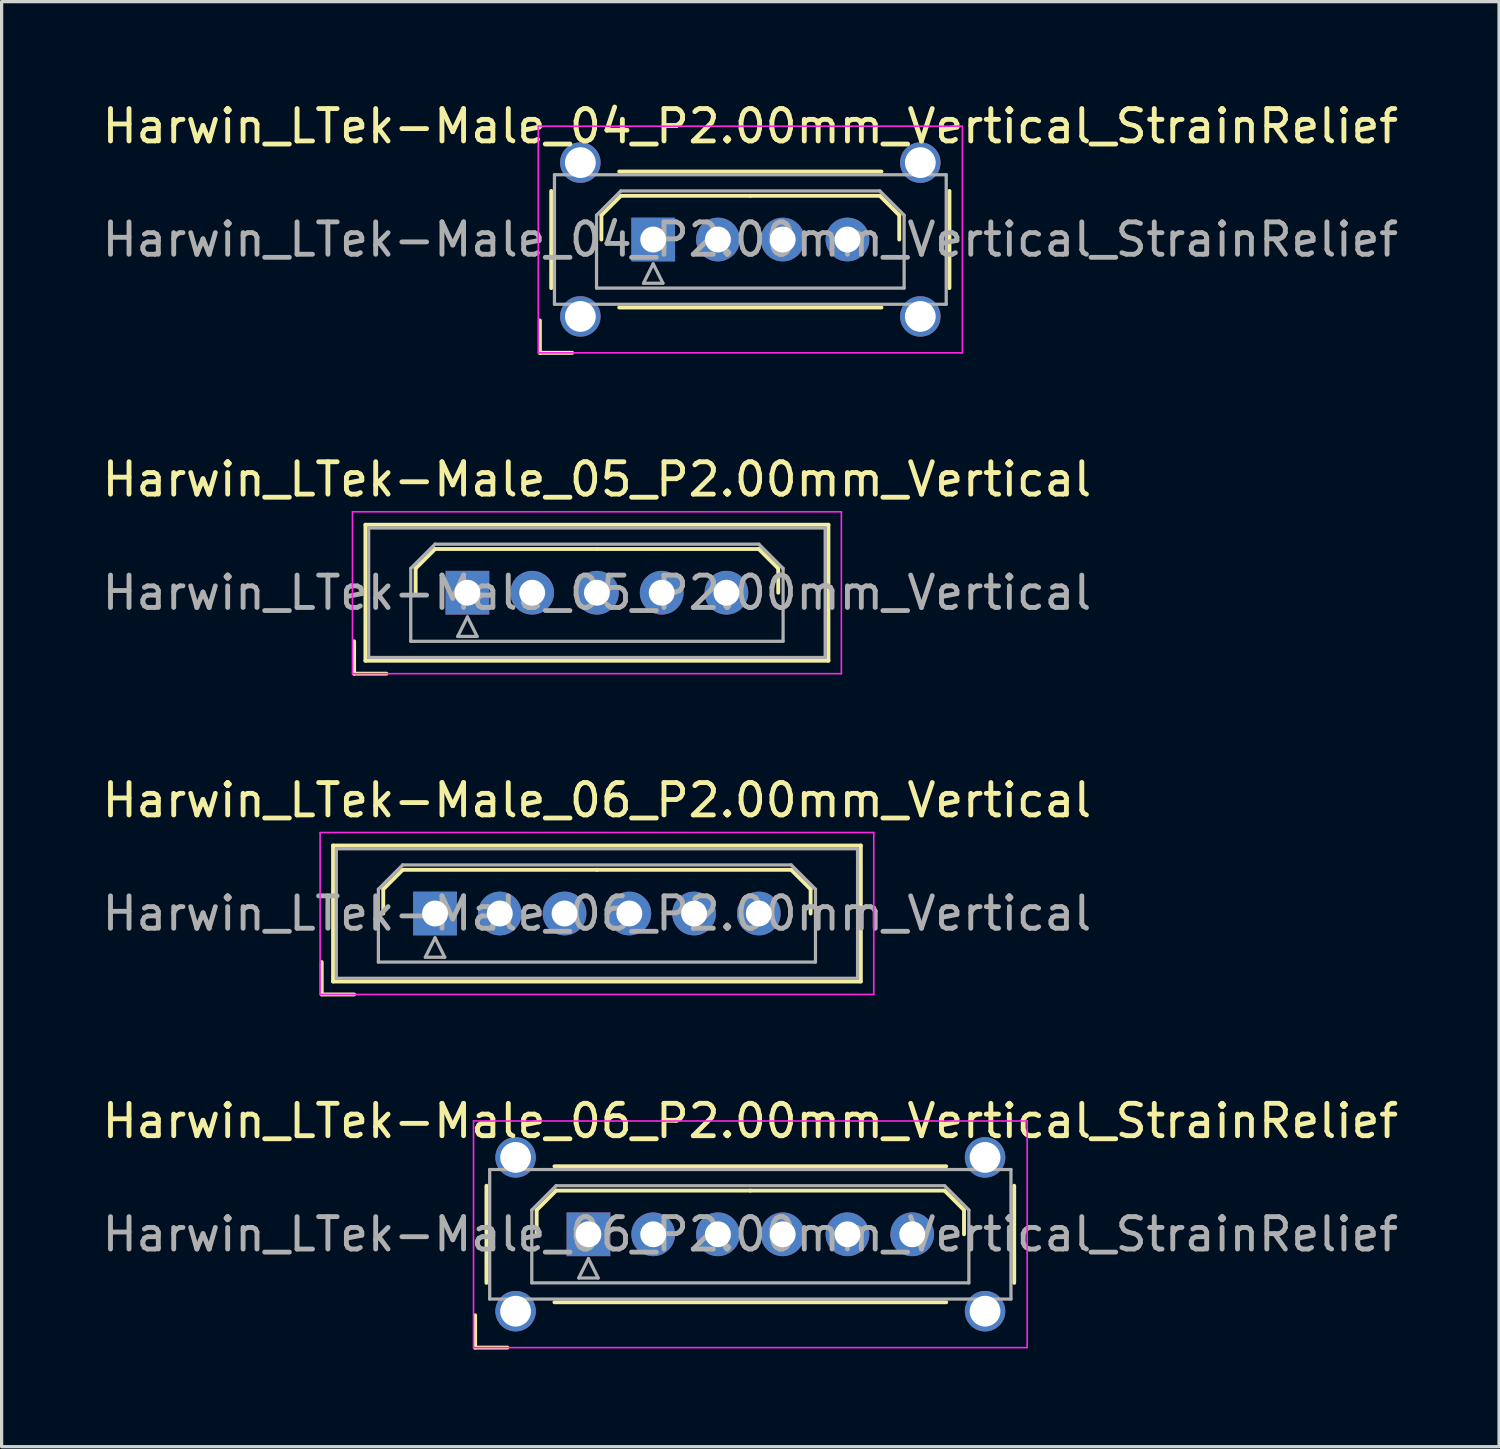
<source format=kicad_pcb>
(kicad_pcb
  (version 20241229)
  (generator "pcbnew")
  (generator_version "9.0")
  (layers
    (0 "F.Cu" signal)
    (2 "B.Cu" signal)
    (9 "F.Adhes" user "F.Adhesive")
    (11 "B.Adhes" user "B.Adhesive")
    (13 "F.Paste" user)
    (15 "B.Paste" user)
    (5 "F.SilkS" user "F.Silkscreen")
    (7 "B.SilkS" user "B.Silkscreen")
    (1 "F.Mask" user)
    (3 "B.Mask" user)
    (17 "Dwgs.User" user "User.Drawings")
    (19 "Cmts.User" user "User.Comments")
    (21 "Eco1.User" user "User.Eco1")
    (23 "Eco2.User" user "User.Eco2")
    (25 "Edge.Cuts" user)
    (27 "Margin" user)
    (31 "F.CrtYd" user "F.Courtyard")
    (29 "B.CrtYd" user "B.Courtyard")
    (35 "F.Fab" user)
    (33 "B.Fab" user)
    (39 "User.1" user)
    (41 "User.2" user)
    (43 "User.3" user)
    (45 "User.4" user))
  (footprint "Harwin_LTek-Male_06_P2.00mm_Vertical_StrainRelief"
    (layer "F.Cu")
    (at 15.125 35.073)
    (property "Reference" "Harwin_LTek-Male_06_P2.00mm_Vertical_StrainRelief" (at 5 -3.5 0) (layer "F.SilkS") (effects (font (size 1 1) (thickness 0.15))))
    (attr through_hole)
    (fp_line (start -3.5 2.5) (end -3.5 3.5) (stroke (width 0.12) (type solid)) (layer "F.SilkS"))
    (fp_line (start -3.5 3.5) (end -2.5 3.5) (stroke (width 0.12) (type solid)) (layer "F.SilkS"))
    (fp_line (start -3.15 -1.5) (end -3.15 1.5) (stroke (width 0.12) (type solid)) (layer "F.SilkS"))
    (fp_line (start -1.6 -0.75) (end -1 -1.35) (stroke (width 0.12) (type solid)) (layer "F.SilkS"))
    (fp_line (start -1.6 0) (end -1.6 -0.75) (stroke (width 0.12) (type solid)) (layer "F.SilkS"))
    (fp_line (start -1.05 -2.1) (end 11.05 -2.1) (stroke (width 0.12) (type solid)) (layer "F.SilkS"))
    (fp_line (start -1.05 2.1) (end 11.05 2.1) (stroke (width 0.12) (type solid)) (layer "F.SilkS"))
    (fp_line (start -1 -1.35) (end 5 -1.35) (stroke (width 0.12) (type solid)) (layer "F.SilkS"))
    (fp_line (start 11 -1.35) (end 5 -1.35) (stroke (width 0.12) (type solid)) (layer "F.SilkS"))
    (fp_line (start 11.6 -0.75) (end 11 -1.35) (stroke (width 0.12) (type solid)) (layer "F.SilkS"))
    (fp_line (start 11.6 0) (end 11.6 -0.75) (stroke (width 0.12) (type solid)) (layer "F.SilkS"))
    (fp_line (start 13.15 -1.5) (end 13.15 1.5) (stroke (width 0.12) (type solid)) (layer "F.SilkS"))
    (fp_line (start -3.55 -3.5) (end -3.55 3.5) (stroke (width 0.05) (type solid)) (layer "F.CrtYd"))
    (fp_line (start -3.55 3.5) (end 13.55 3.5) (stroke (width 0.05) (type solid)) (layer "F.CrtYd"))
    (fp_line (start 13.55 -3.5) (end -3.55 -3.5) (stroke (width 0.05) (type solid)) (layer "F.CrtYd"))
    (fp_line (start 13.55 3.5) (end 13.55 -3.5) (stroke (width 0.05) (type solid)) (layer "F.CrtYd"))
    (fp_line (start -3.05 -2) (end -3.05 2) (stroke (width 0.1) (type solid)) (layer "F.Fab"))
    (fp_line (start -3.05 2) (end 13.05 2) (stroke (width 0.1) (type solid)) (layer "F.Fab"))
    (fp_line (start -1.75 -0.75) (end -1 -1.5) (stroke (width 0.1) (type solid)) (layer "F.Fab"))
    (fp_line (start -1.75 1.5) (end -1.75 -0.75) (stroke (width 0.1) (type solid)) (layer "F.Fab"))
    (fp_line (start -1 -1.5) (end 11 -1.5) (stroke (width 0.1) (type solid)) (layer "F.Fab"))
    (fp_line (start -0.3 1.35) (end 0.3 1.35) (stroke (width 0.1) (type solid)) (layer "F.Fab"))
    (fp_line (start 0 0.75) (end -0.3 1.35) (stroke (width 0.1) (type solid)) (layer "F.Fab"))
    (fp_line (start 0.3 1.35) (end 0 0.75) (stroke (width 0.1) (type solid)) (layer "F.Fab"))
    (fp_line (start 11 -1.5) (end 11.75 -0.75) (stroke (width 0.1) (type solid)) (layer "F.Fab"))
    (fp_line (start 11.75 -0.75) (end 11.75 1.5) (stroke (width 0.1) (type solid)) (layer "F.Fab"))
    (fp_line (start 11.75 1.5) (end -1.75 1.5) (stroke (width 0.1) (type solid)) (layer "F.Fab"))
    (fp_line (start 13.05 -2) (end -3.05 -2) (stroke (width 0.1) (type solid)) (layer "F.Fab"))
    (fp_line (start 13.05 2) (end 13.05 -2) (stroke (width 0.1) (type solid)) (layer "F.Fab"))
    (fp_text user "${REFERENCE}" (at 5 0 0) (layer "F.Fab") (effects (font (size 1 1) (thickness 0.15))))
    (pad "" thru_hole circle (at -2.25 -2.375) (size 1.25 1.25) (drill 0.95) (layers "*.Cu" "*.Mask"))
    (pad "" thru_hole circle (at -2.25 2.375) (size 1.25 1.25) (drill 0.95) (layers "*.Cu" "*.Mask"))
    (pad "" thru_hole circle (at 12.25 -2.375) (size 1.25 1.25) (drill 0.95) (layers "*.Cu" "*.Mask"))
    (pad "" thru_hole circle (at 12.25 2.375) (size 1.25 1.25) (drill 0.95) (layers "*.Cu" "*.Mask"))
    (pad "1" thru_hole rect (at 0 0) (size 1.35 1.35) (drill 0.8) (layers "*.Cu" "*.Mask"))
    (pad "2" thru_hole circle (at 2 0) (size 1.35 1.35) (drill 0.8) (layers "*.Cu" "*.Mask"))
    (pad "3" thru_hole circle (at 4 0) (size 1.35 1.35) (drill 0.8) (layers "*.Cu" "*.Mask"))
    (pad "4" thru_hole circle (at 6 0) (size 1.35 1.35) (drill 0.8) (layers "*.Cu" "*.Mask"))
    (pad "5" thru_hole circle (at 8 0) (size 1.35 1.35) (drill 0.8) (layers "*.Cu" "*.Mask"))
    (pad "6" thru_hole circle (at 10 0) (size 1.35 1.35) (drill 0.8) (layers "*.Cu" "*.Mask")))
  (footprint "Harwin_LTek-Male_05_P2.00mm_Vertical"
    (layer "F.Cu")
    (at 11.387 15.257)
    (property "Reference" "Harwin_LTek-Male_05_P2.00mm_Vertical" (at 4 -3.5 0) (layer "F.SilkS") (effects (font (size 1 1) (thickness 0.15))))
    (attr through_hole)
    (fp_line (start -3.5 1.5) (end -3.5 2.5) (stroke (width 0.12) (type solid)) (layer "F.SilkS"))
    (fp_line (start -3.5 2.5) (end -2.5 2.5) (stroke (width 0.12) (type solid)) (layer "F.SilkS"))
    (fp_line (start -3.15 -2.1) (end -3.15 2.1) (stroke (width 0.12) (type solid)) (layer "F.SilkS"))
    (fp_line (start -3.15 2.1) (end 11.15 2.1) (stroke (width 0.12) (type solid)) (layer "F.SilkS"))
    (fp_line (start -1.6 -0.75) (end -1 -1.35) (stroke (width 0.12) (type solid)) (layer "F.SilkS"))
    (fp_line (start -1.6 0) (end -1.6 -0.75) (stroke (width 0.12) (type solid)) (layer "F.SilkS"))
    (fp_line (start -1 -1.35) (end 4 -1.35) (stroke (width 0.12) (type solid)) (layer "F.SilkS"))
    (fp_line (start 9 -1.35) (end 4 -1.35) (stroke (width 0.12) (type solid)) (layer "F.SilkS"))
    (fp_line (start 9.6 -0.75) (end 9 -1.35) (stroke (width 0.12) (type solid)) (layer "F.SilkS"))
    (fp_line (start 9.6 0) (end 9.6 -0.75) (stroke (width 0.12) (type solid)) (layer "F.SilkS"))
    (fp_line (start 11.15 -2.1) (end -3.15 -2.1) (stroke (width 0.12) (type solid)) (layer "F.SilkS"))
    (fp_line (start 11.15 2.1) (end 11.15 -2.1) (stroke (width 0.12) (type solid)) (layer "F.SilkS"))
    (fp_line (start -3.55 -2.5) (end -3.55 2.5) (stroke (width 0.05) (type solid)) (layer "F.CrtYd"))
    (fp_line (start -3.55 2.5) (end 11.55 2.5) (stroke (width 0.05) (type solid)) (layer "F.CrtYd"))
    (fp_line (start 11.55 -2.5) (end -3.55 -2.5) (stroke (width 0.05) (type solid)) (layer "F.CrtYd"))
    (fp_line (start 11.55 2.5) (end 11.55 -2.5) (stroke (width 0.05) (type solid)) (layer "F.CrtYd"))
    (fp_line (start -3.05 -2) (end -3.05 2) (stroke (width 0.1) (type solid)) (layer "F.Fab"))
    (fp_line (start -3.05 2) (end 11.05 2) (stroke (width 0.1) (type solid)) (layer "F.Fab"))
    (fp_line (start -1.75 -0.75) (end -1 -1.5) (stroke (width 0.1) (type solid)) (layer "F.Fab"))
    (fp_line (start -1.75 1.5) (end -1.75 -0.75) (stroke (width 0.1) (type solid)) (layer "F.Fab"))
    (fp_line (start -1 -1.5) (end 9 -1.5) (stroke (width 0.1) (type solid)) (layer "F.Fab"))
    (fp_line (start -0.3 1.35) (end 0.3 1.35) (stroke (width 0.1) (type solid)) (layer "F.Fab"))
    (fp_line (start 0 0.75) (end -0.3 1.35) (stroke (width 0.1) (type solid)) (layer "F.Fab"))
    (fp_line (start 0.3 1.35) (end 0 0.75) (stroke (width 0.1) (type solid)) (layer "F.Fab"))
    (fp_line (start 9 -1.5) (end 9.75 -0.75) (stroke (width 0.1) (type solid)) (layer "F.Fab"))
    (fp_line (start 9.75 -0.75) (end 9.75 1.5) (stroke (width 0.1) (type solid)) (layer "F.Fab"))
    (fp_line (start 9.75 1.5) (end -1.75 1.5) (stroke (width 0.1) (type solid)) (layer "F.Fab"))
    (fp_line (start 11.05 -2) (end -3.05 -2) (stroke (width 0.1) (type solid)) (layer "F.Fab"))
    (fp_line (start 11.05 2) (end 11.05 -2) (stroke (width 0.1) (type solid)) (layer "F.Fab"))
    (fp_text user "${REFERENCE}" (at 4 0 0) (layer "F.Fab") (effects (font (size 1 1) (thickness 0.15))))
    (pad "1" thru_hole rect (at 0 0) (size 1.35 1.35) (drill 0.8) (layers "*.Cu" "*.Mask"))
    (pad "2" thru_hole circle (at 2 0) (size 1.35 1.35) (drill 0.8) (layers "*.Cu" "*.Mask"))
    (pad "3" thru_hole circle (at 4 0) (size 1.35 1.35) (drill 0.8) (layers "*.Cu" "*.Mask"))
    (pad "4" thru_hole circle (at 6 0) (size 1.35 1.35) (drill 0.8) (layers "*.Cu" "*.Mask"))
    (pad "5" thru_hole circle (at 8 0) (size 1.35 1.35) (drill 0.8) (layers "*.Cu" "*.Mask")))
  (footprint "Harwin_LTek-Male_04_P2.00mm_Vertical_StrainRelief"
    (layer "F.Cu")
    (at 17.125 4.348)
    (property "Reference" "Harwin_LTek-Male_04_P2.00mm_Vertical_StrainRelief" (at 3 -3.5 0) (layer "F.SilkS") (effects (font (size 1 1) (thickness 0.15))))
    (attr through_hole)
    (fp_line (start -3.5 2.5) (end -3.5 3.5) (stroke (width 0.12) (type solid)) (layer "F.SilkS"))
    (fp_line (start -3.5 3.5) (end -2.5 3.5) (stroke (width 0.12) (type solid)) (layer "F.SilkS"))
    (fp_line (start -3.15 -1.5) (end -3.15 1.5) (stroke (width 0.12) (type solid)) (layer "F.SilkS"))
    (fp_line (start -1.6 -0.75) (end -1 -1.35) (stroke (width 0.12) (type solid)) (layer "F.SilkS"))
    (fp_line (start -1.6 0) (end -1.6 -0.75) (stroke (width 0.12) (type solid)) (layer "F.SilkS"))
    (fp_line (start -1.05 -2.1) (end 7.05 -2.1) (stroke (width 0.12) (type solid)) (layer "F.SilkS"))
    (fp_line (start -1.05 2.1) (end 7.05 2.1) (stroke (width 0.12) (type solid)) (layer "F.SilkS"))
    (fp_line (start -1 -1.35) (end 3 -1.35) (stroke (width 0.12) (type solid)) (layer "F.SilkS"))
    (fp_line (start 7 -1.35) (end 3 -1.35) (stroke (width 0.12) (type solid)) (layer "F.SilkS"))
    (fp_line (start 7.6 -0.75) (end 7 -1.35) (stroke (width 0.12) (type solid)) (layer "F.SilkS"))
    (fp_line (start 7.6 0) (end 7.6 -0.75) (stroke (width 0.12) (type solid)) (layer "F.SilkS"))
    (fp_line (start 9.15 -1.5) (end 9.15 1.5) (stroke (width 0.12) (type solid)) (layer "F.SilkS"))
    (fp_line (start -3.55 -3.5) (end -3.55 3.5) (stroke (width 0.05) (type solid)) (layer "F.CrtYd"))
    (fp_line (start -3.55 3.5) (end 9.55 3.5) (stroke (width 0.05) (type solid)) (layer "F.CrtYd"))
    (fp_line (start 9.55 -3.5) (end -3.55 -3.5) (stroke (width 0.05) (type solid)) (layer "F.CrtYd"))
    (fp_line (start 9.55 3.5) (end 9.55 -3.5) (stroke (width 0.05) (type solid)) (layer "F.CrtYd"))
    (fp_line (start -3.05 -2) (end -3.05 2) (stroke (width 0.1) (type solid)) (layer "F.Fab"))
    (fp_line (start -3.05 2) (end 9.05 2) (stroke (width 0.1) (type solid)) (layer "F.Fab"))
    (fp_line (start -1.75 -0.75) (end -1 -1.5) (stroke (width 0.1) (type solid)) (layer "F.Fab"))
    (fp_line (start -1.75 1.5) (end -1.75 -0.75) (stroke (width 0.1) (type solid)) (layer "F.Fab"))
    (fp_line (start -1 -1.5) (end 7 -1.5) (stroke (width 0.1) (type solid)) (layer "F.Fab"))
    (fp_line (start -0.3 1.35) (end 0.3 1.35) (stroke (width 0.1) (type solid)) (layer "F.Fab"))
    (fp_line (start 0 0.75) (end -0.3 1.35) (stroke (width 0.1) (type solid)) (layer "F.Fab"))
    (fp_line (start 0.3 1.35) (end 0 0.75) (stroke (width 0.1) (type solid)) (layer "F.Fab"))
    (fp_line (start 7 -1.5) (end 7.75 -0.75) (stroke (width 0.1) (type solid)) (layer "F.Fab"))
    (fp_line (start 7.75 -0.75) (end 7.75 1.5) (stroke (width 0.1) (type solid)) (layer "F.Fab"))
    (fp_line (start 7.75 1.5) (end -1.75 1.5) (stroke (width 0.1) (type solid)) (layer "F.Fab"))
    (fp_line (start 9.05 -2) (end -3.05 -2) (stroke (width 0.1) (type solid)) (layer "F.Fab"))
    (fp_line (start 9.05 2) (end 9.05 -2) (stroke (width 0.1) (type solid)) (layer "F.Fab"))
    (fp_text user "${REFERENCE}" (at 3 0 0) (layer "F.Fab") (effects (font (size 1 1) (thickness 0.15))))
    (pad "" thru_hole circle (at -2.25 -2.375) (size 1.25 1.25) (drill 0.95) (layers "*.Cu" "*.Mask"))
    (pad "" thru_hole circle (at -2.25 2.375) (size 1.25 1.25) (drill 0.95) (layers "*.Cu" "*.Mask"))
    (pad "" thru_hole circle (at 8.25 -2.375) (size 1.25 1.25) (drill 0.95) (layers "*.Cu" "*.Mask"))
    (pad "" thru_hole circle (at 8.25 2.375) (size 1.25 1.25) (drill 0.95) (layers "*.Cu" "*.Mask"))
    (pad "1" thru_hole rect (at 0 0) (size 1.35 1.35) (drill 0.8) (layers "*.Cu" "*.Mask"))
    (pad "2" thru_hole circle (at 2 0) (size 1.35 1.35) (drill 0.8) (layers "*.Cu" "*.Mask"))
    (pad "3" thru_hole circle (at 4 0) (size 1.35 1.35) (drill 0.8) (layers "*.Cu" "*.Mask"))
    (pad "4" thru_hole circle (at 6 0) (size 1.35 1.35) (drill 0.8) (layers "*.Cu" "*.Mask")))
  (footprint "Harwin_LTek-Male_06_P2.00mm_Vertical"
    (layer "F.Cu")
    (at 10.387 25.165)
    (property "Reference" "Harwin_LTek-Male_06_P2.00mm_Vertical" (at 5 -3.5 0) (layer "F.SilkS") (effects (font (size 1 1) (thickness 0.15))))
    (attr through_hole)
    (fp_line (start -3.5 1.5) (end -3.5 2.5) (stroke (width 0.12) (type solid)) (layer "F.SilkS"))
    (fp_line (start -3.5 2.5) (end -2.5 2.5) (stroke (width 0.12) (type solid)) (layer "F.SilkS"))
    (fp_line (start -3.15 -2.1) (end -3.15 2.1) (stroke (width 0.12) (type solid)) (layer "F.SilkS"))
    (fp_line (start -3.15 2.1) (end 13.15 2.1) (stroke (width 0.12) (type solid)) (layer "F.SilkS"))
    (fp_line (start -1.6 -0.75) (end -1 -1.35) (stroke (width 0.12) (type solid)) (layer "F.SilkS"))
    (fp_line (start -1.6 0) (end -1.6 -0.75) (stroke (width 0.12) (type solid)) (layer "F.SilkS"))
    (fp_line (start -1 -1.35) (end 5 -1.35) (stroke (width 0.12) (type solid)) (layer "F.SilkS"))
    (fp_line (start 11 -1.35) (end 5 -1.35) (stroke (width 0.12) (type solid)) (layer "F.SilkS"))
    (fp_line (start 11.6 -0.75) (end 11 -1.35) (stroke (width 0.12) (type solid)) (layer "F.SilkS"))
    (fp_line (start 11.6 0) (end 11.6 -0.75) (stroke (width 0.12) (type solid)) (layer "F.SilkS"))
    (fp_line (start 13.15 -2.1) (end -3.15 -2.1) (stroke (width 0.12) (type solid)) (layer "F.SilkS"))
    (fp_line (start 13.15 2.1) (end 13.15 -2.1) (stroke (width 0.12) (type solid)) (layer "F.SilkS"))
    (fp_line (start -3.55 -2.5) (end -3.55 2.5) (stroke (width 0.05) (type solid)) (layer "F.CrtYd"))
    (fp_line (start -3.55 2.5) (end 13.55 2.5) (stroke (width 0.05) (type solid)) (layer "F.CrtYd"))
    (fp_line (start 13.55 -2.5) (end -3.55 -2.5) (stroke (width 0.05) (type solid)) (layer "F.CrtYd"))
    (fp_line (start 13.55 2.5) (end 13.55 -2.5) (stroke (width 0.05) (type solid)) (layer "F.CrtYd"))
    (fp_line (start -3.05 -2) (end -3.05 2) (stroke (width 0.1) (type solid)) (layer "F.Fab"))
    (fp_line (start -3.05 2) (end 13.05 2) (stroke (width 0.1) (type solid)) (layer "F.Fab"))
    (fp_line (start -1.75 -0.75) (end -1 -1.5) (stroke (width 0.1) (type solid)) (layer "F.Fab"))
    (fp_line (start -1.75 1.5) (end -1.75 -0.75) (stroke (width 0.1) (type solid)) (layer "F.Fab"))
    (fp_line (start -1 -1.5) (end 11 -1.5) (stroke (width 0.1) (type solid)) (layer "F.Fab"))
    (fp_line (start -0.3 1.35) (end 0.3 1.35) (stroke (width 0.1) (type solid)) (layer "F.Fab"))
    (fp_line (start 0 0.75) (end -0.3 1.35) (stroke (width 0.1) (type solid)) (layer "F.Fab"))
    (fp_line (start 0.3 1.35) (end 0 0.75) (stroke (width 0.1) (type solid)) (layer "F.Fab"))
    (fp_line (start 11 -1.5) (end 11.75 -0.75) (stroke (width 0.1) (type solid)) (layer "F.Fab"))
    (fp_line (start 11.75 -0.75) (end 11.75 1.5) (stroke (width 0.1) (type solid)) (layer "F.Fab"))
    (fp_line (start 11.75 1.5) (end -1.75 1.5) (stroke (width 0.1) (type solid)) (layer "F.Fab"))
    (fp_line (start 13.05 -2) (end -3.05 -2) (stroke (width 0.1) (type solid)) (layer "F.Fab"))
    (fp_line (start 13.05 2) (end 13.05 -2) (stroke (width 0.1) (type solid)) (layer "F.Fab"))
    (fp_text user "${REFERENCE}" (at 5 0 0) (layer "F.Fab") (effects (font (size 1 1) (thickness 0.15))))
    (pad "1" thru_hole rect (at 0 0) (size 1.35 1.35) (drill 0.8) (layers "*.Cu" "*.Mask"))
    (pad "2" thru_hole circle (at 2 0) (size 1.35 1.35) (drill 0.8) (layers "*.Cu" "*.Mask"))
    (pad "3" thru_hole circle (at 4 0) (size 1.35 1.35) (drill 0.8) (layers "*.Cu" "*.Mask"))
    (pad "4" thru_hole circle (at 6 0) (size 1.35 1.35) (drill 0.8) (layers "*.Cu" "*.Mask"))
    (pad "5" thru_hole circle (at 8 0) (size 1.35 1.35) (drill 0.8) (layers "*.Cu" "*.Mask"))
    (pad "6" thru_hole circle (at 10 0) (size 1.35 1.35) (drill 0.8) (layers "*.Cu" "*.Mask")))
  (gr_rect
    (start -3 -3)
    (end 43.25 41.633)
    (stroke (width 0.1) (type default))
    (fill no)
    (layer "Edge.Cuts")))
</source>
